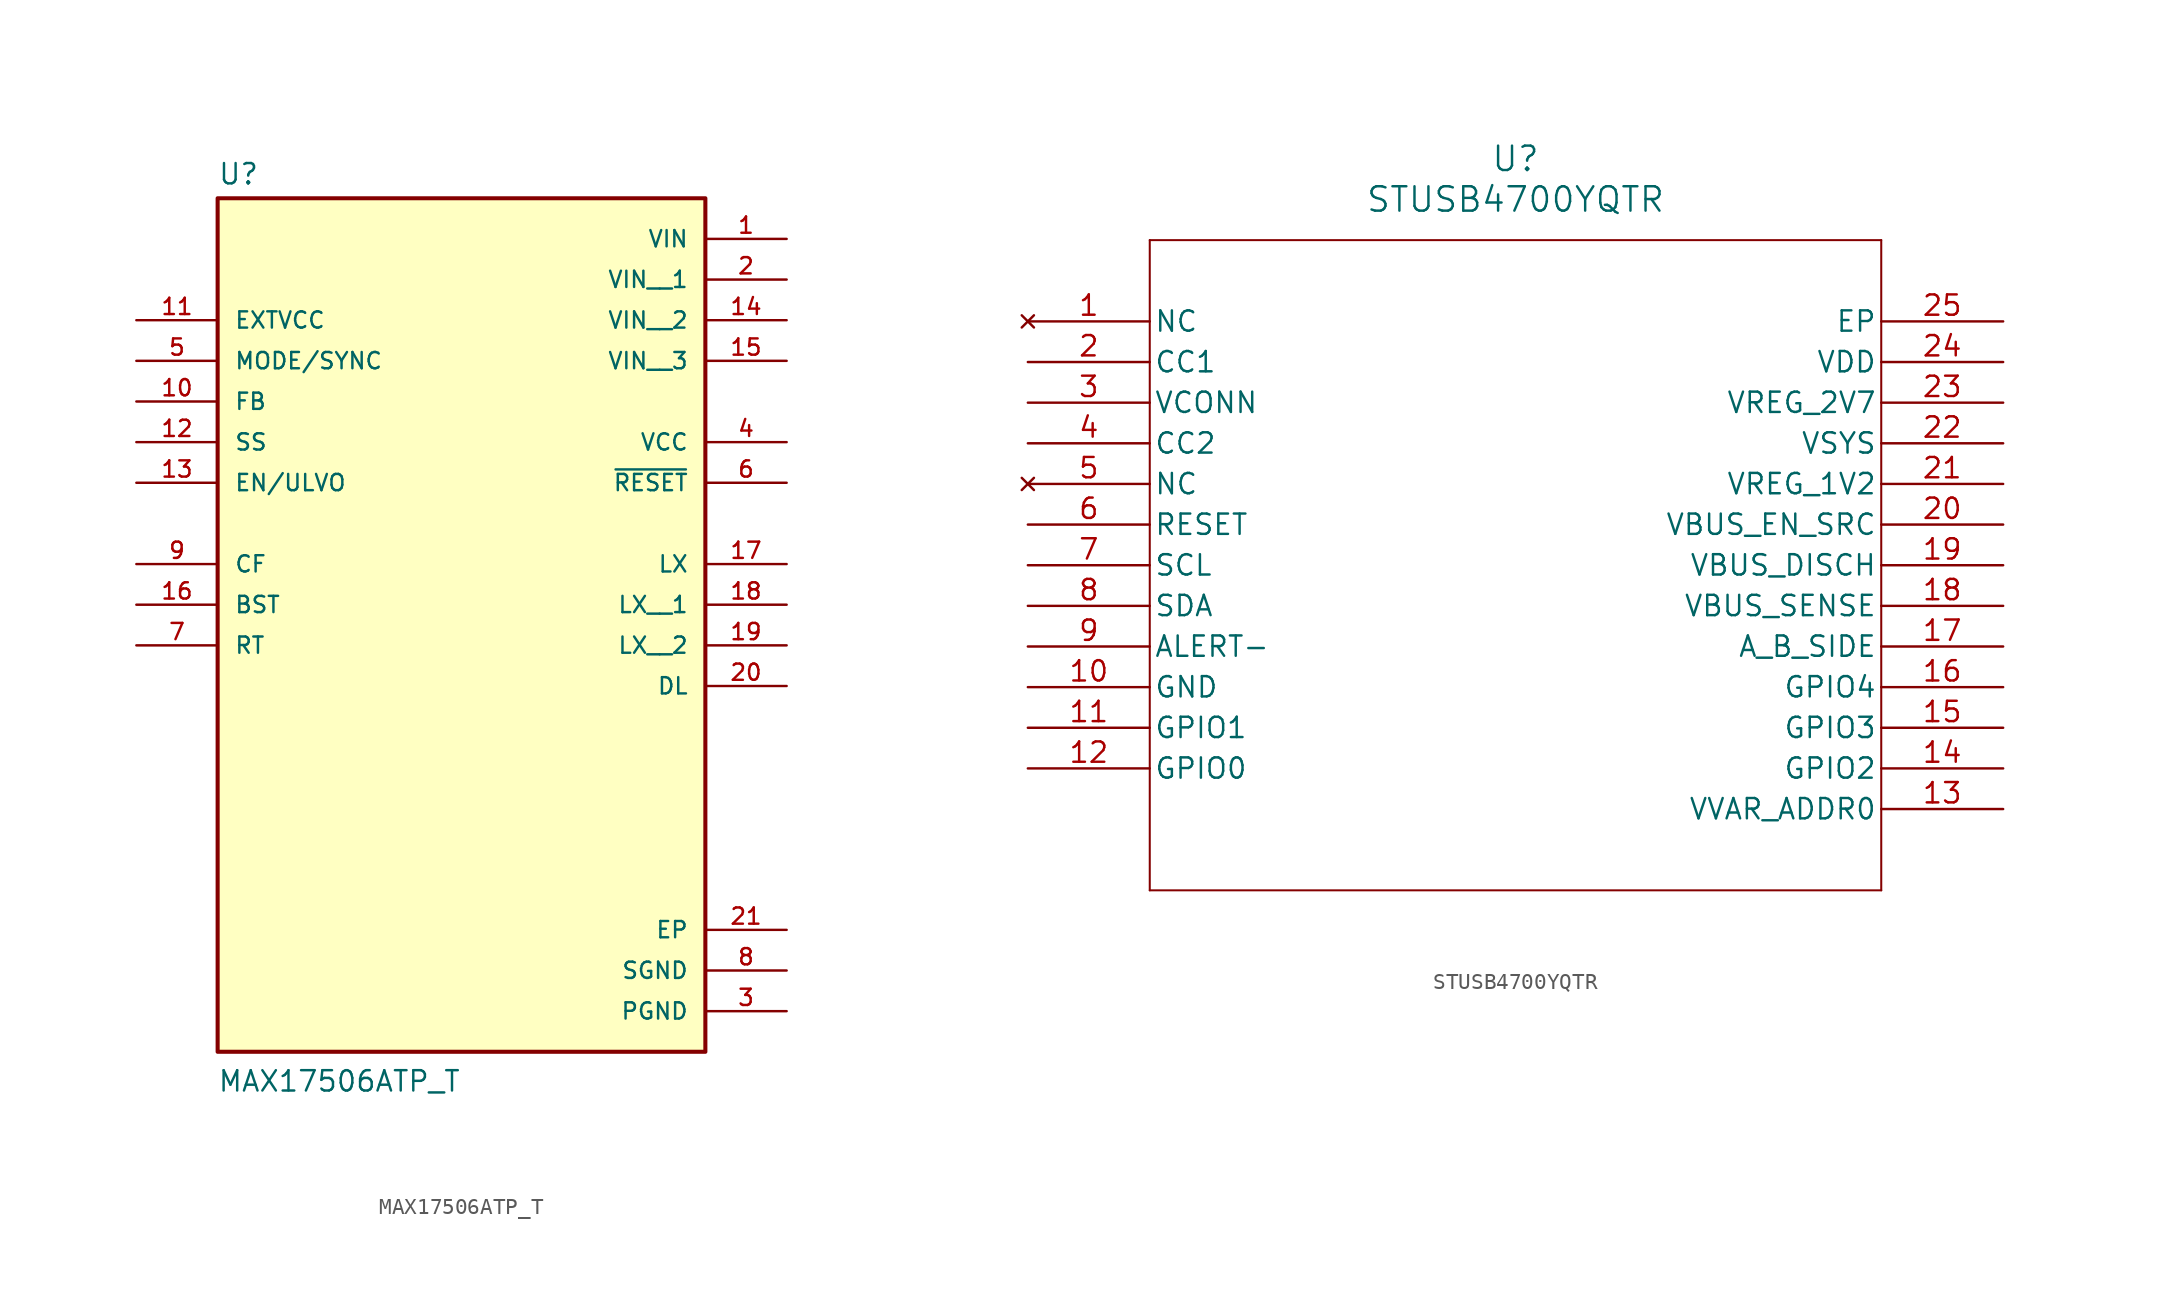
<source format=kicad_sym>
(kicad_symbol_lib
  (version 20241209)
  (generator "kicad_symbol_editor")
  (generator_version "9.0")
  (symbol "MAX17506ATP_T"
    (pin_names
      (offset 1.016))
    (property "Reference" "U"
      (at -15.245 21.089 0)
      (effects (font (size 1.27 1.27)) (justify left bottom)))
    (property "Value" "MAX17506ATP_T"
      (at -15.268 -35.602 0)
      (effects (font (size 1.27 1.27)) (justify left bottom)))
    (symbol "MAX17506ATP_T_0_0"
      (rectangle (start -15.24 -33.02) (end 15.24 20.32) (stroke (width 0.254) (type default)) (fill (type background)))
      (pin input line (at -20.32 12.7 0) (length 5.08) (name "EXTVCC" (effects (font (size 1.016 1.016)))) (number "11" (effects (font (size 1.016 1.016)))))
      (pin input line (at -20.32 10.16 0) (length 5.08) (name "MODE/SYNC" (effects (font (size 1.016 1.016)))) (number "5" (effects (font (size 1.016 1.016)))))
      (pin input line (at -20.32 7.62 0) (length 5.08) (name "FB" (effects (font (size 1.016 1.016)))) (number "10" (effects (font (size 1.016 1.016)))))
      (pin input line (at -20.32 5.08 0) (length 5.08) (name "SS" (effects (font (size 1.016 1.016)))) (number "12" (effects (font (size 1.016 1.016)))))
      (pin input line (at -20.32 2.54 0) (length 5.08) (name "EN/ULVO" (effects (font (size 1.016 1.016)))) (number "13" (effects (font (size 1.016 1.016)))))
      (pin passive line (at -20.32 -2.54 0) (length 5.08) (name "CF" (effects (font (size 1.016 1.016)))) (number "9" (effects (font (size 1.016 1.016)))))
      (pin passive line (at -20.32 -5.08 0) (length 5.08) (name "BST" (effects (font (size 1.016 1.016)))) (number "16" (effects (font (size 1.016 1.016)))))
      (pin passive line (at -20.32 -7.62 0) (length 5.08) (name "RT" (effects (font (size 1.016 1.016)))) (number "7" (effects (font (size 1.016 1.016)))))
      (pin power_in line (at 20.32 17.78 180) (length 5.08) (name "VIN" (effects (font (size 1.016 1.016)))) (number "1" (effects (font (size 1.016 1.016)))))
      (pin power_in line (at 20.32 15.24 180) (length 5.08) (name "VIN__1" (effects (font (size 1.016 1.016)))) (number "2" (effects (font (size 1.016 1.016)))))
      (pin power_in line (at 20.32 12.7 180) (length 5.08) (name "VIN__2" (effects (font (size 1.016 1.016)))) (number "14" (effects (font (size 1.016 1.016)))))
      (pin power_in line (at 20.32 10.16 180) (length 5.08) (name "VIN__3" (effects (font (size 1.016 1.016)))) (number "15" (effects (font (size 1.016 1.016)))))
      (pin output line (at 20.32 5.08 180) (length 5.08) (name "VCC" (effects (font (size 1.016 1.016)))) (number "4" (effects (font (size 1.016 1.016)))))
      (pin output line (at 20.32 2.54 180) (length 5.08) (name "~{RESET}" (effects (font (size 1.016 1.016)))) (number "6" (effects (font (size 1.016 1.016)))))
      (pin output line (at 20.32 -2.54 180) (length 5.08) (name "LX" (effects (font (size 1.016 1.016)))) (number "17" (effects (font (size 1.016 1.016)))))
      (pin output line (at 20.32 -5.08 180) (length 5.08) (name "LX__1" (effects (font (size 1.016 1.016)))) (number "18" (effects (font (size 1.016 1.016)))))
      (pin output line (at 20.32 -7.62 180) (length 5.08) (name "LX__2" (effects (font (size 1.016 1.016)))) (number "19" (effects (font (size 1.016 1.016)))))
      (pin output line (at 20.32 -10.16 180) (length 5.08) (name "DL" (effects (font (size 1.016 1.016)))) (number "20" (effects (font (size 1.016 1.016)))))
      (pin power_in line (at 20.32 -25.4 180) (length 5.08) (name "EP" (effects (font (size 1.016 1.016)))) (number "21" (effects (font (size 1.016 1.016)))))
      (pin power_in line (at 20.32 -27.94 180) (length 5.08) (name "SGND" (effects (font (size 1.016 1.016)))) (number "8" (effects (font (size 1.016 1.016)))))
      (pin power_in line (at 20.32 -30.48 180) (length 5.08) (name "PGND" (effects (font (size 1.016 1.016)))) (number "3" (effects (font (size 1.016 1.016)))))))
  (symbol "STUSB4700YQTR"
    (pin_names
      (offset 0.254))
    (property "Reference" "U"
      (at 30.48 10.16 0)
      (effects (font (size 1.524 1.524))))
    (property "Value" "STUSB4700YQTR"
      (at 30.48 7.62 0)
      (effects (font (size 1.524 1.524))))
    (property "ki_locked" ""
      (at 0 0 0)
      (effects (font (size 1.27 1.27))))
    (symbol "STUSB4700YQTR_0_1"
      (polyline (pts (xy 7.62 5.08) (xy 7.62 -35.56)) (stroke (width 0.127) (type default)) (fill (type none)))
      (polyline (pts (xy 7.62 -35.56) (xy 53.34 -35.56)) (stroke (width 0.127) (type default)) (fill (type none)))
      (polyline (pts (xy 53.34 5.08) (xy 7.62 5.08)) (stroke (width 0.127) (type default)) (fill (type none)))
      (polyline (pts (xy 53.34 -35.56) (xy 53.34 5.08)) (stroke (width 0.127) (type default)) (fill (type none)))
      (pin no_connect line (at 0 0 0) (length 7.62) (name "NC" (effects (font (size 1.27 1.27)))) (number "1" (effects (font (size 1.27 1.27)))))
      (pin bidirectional line (at 0 -2.54 0) (length 7.62) (name "CC1" (effects (font (size 1.27 1.27)))) (number "2" (effects (font (size 1.27 1.27)))))
      (pin unspecified line (at 0 -5.08 0) (length 7.62) (name "VCONN" (effects (font (size 1.27 1.27)))) (number "3" (effects (font (size 1.27 1.27)))))
      (pin bidirectional line (at 0 -7.62 0) (length 7.62) (name "CC2" (effects (font (size 1.27 1.27)))) (number "4" (effects (font (size 1.27 1.27)))))
      (pin no_connect line (at 0 -10.16 0) (length 7.62) (name "NC" (effects (font (size 1.27 1.27)))) (number "5" (effects (font (size 1.27 1.27)))))
      (pin unspecified line (at 0 -12.7 0) (length 7.62) (name "RESET" (effects (font (size 1.27 1.27)))) (number "6" (effects (font (size 1.27 1.27)))))
      (pin unspecified line (at 0 -15.24 0) (length 7.62) (name "SCL" (effects (font (size 1.27 1.27)))) (number "7" (effects (font (size 1.27 1.27)))))
      (pin unspecified line (at 0 -17.78 0) (length 7.62) (name "SDA" (effects (font (size 1.27 1.27)))) (number "8" (effects (font (size 1.27 1.27)))))
      (pin unspecified line (at 0 -20.32 0) (length 7.62) (name "ALERT-" (effects (font (size 1.27 1.27)))) (number "9" (effects (font (size 1.27 1.27)))))
      (pin power_out line (at 0 -22.86 0) (length 7.62) (name "GND" (effects (font (size 1.27 1.27)))) (number "10" (effects (font (size 1.27 1.27)))))
      (pin bidirectional line (at 0 -25.4 0) (length 7.62) (name "GPIO1" (effects (font (size 1.27 1.27)))) (number "11" (effects (font (size 1.27 1.27)))))
      (pin bidirectional line (at 0 -27.94 0) (length 7.62) (name "GPIO0" (effects (font (size 1.27 1.27)))) (number "12" (effects (font (size 1.27 1.27)))))
      (pin unspecified line (at 60.96 0 180) (length 7.62) (name "EP" (effects (font (size 1.27 1.27)))) (number "25" (effects (font (size 1.27 1.27)))))
      (pin power_in line (at 60.96 -2.54 180) (length 7.62) (name "VDD" (effects (font (size 1.27 1.27)))) (number "24" (effects (font (size 1.27 1.27)))))
      (pin bidirectional line (at 60.96 -5.08 180) (length 7.62) (name "VREG_2V7" (effects (font (size 1.27 1.27)))) (number "23" (effects (font (size 1.27 1.27)))))
      (pin unspecified line (at 60.96 -7.62 180) (length 7.62) (name "VSYS" (effects (font (size 1.27 1.27)))) (number "22" (effects (font (size 1.27 1.27)))))
      (pin bidirectional line (at 60.96 -10.16 180) (length 7.62) (name "VREG_1V2" (effects (font (size 1.27 1.27)))) (number "21" (effects (font (size 1.27 1.27)))))
      (pin unspecified line (at 60.96 -12.7 180) (length 7.62) (name "VBUS_EN_SRC" (effects (font (size 1.27 1.27)))) (number "20" (effects (font (size 1.27 1.27)))))
      (pin unspecified line (at 60.96 -15.24 180) (length 7.62) (name "VBUS_DISCH" (effects (font (size 1.27 1.27)))) (number "19" (effects (font (size 1.27 1.27)))))
      (pin unspecified line (at 60.96 -17.78 180) (length 7.62) (name "VBUS_SENSE" (effects (font (size 1.27 1.27)))) (number "18" (effects (font (size 1.27 1.27)))))
      (pin unspecified line (at 60.96 -20.32 180) (length 7.62) (name "A_B_SIDE" (effects (font (size 1.27 1.27)))) (number "17" (effects (font (size 1.27 1.27)))))
      (pin bidirectional line (at 60.96 -22.86 180) (length 7.62) (name "GPIO4" (effects (font (size 1.27 1.27)))) (number "16" (effects (font (size 1.27 1.27)))))
      (pin bidirectional line (at 60.96 -25.4 180) (length 7.62) (name "GPIO3" (effects (font (size 1.27 1.27)))) (number "15" (effects (font (size 1.27 1.27)))))
      (pin bidirectional line (at 60.96 -27.94 180) (length 7.62) (name "GPIO2" (effects (font (size 1.27 1.27)))) (number "14" (effects (font (size 1.27 1.27)))))
      (pin unspecified line (at 60.96 -30.48 180) (length 7.62) (name "VVAR_ADDR0" (effects (font (size 1.27 1.27)))) (number "13" (effects (font (size 1.27 1.27))))))))
</source>
